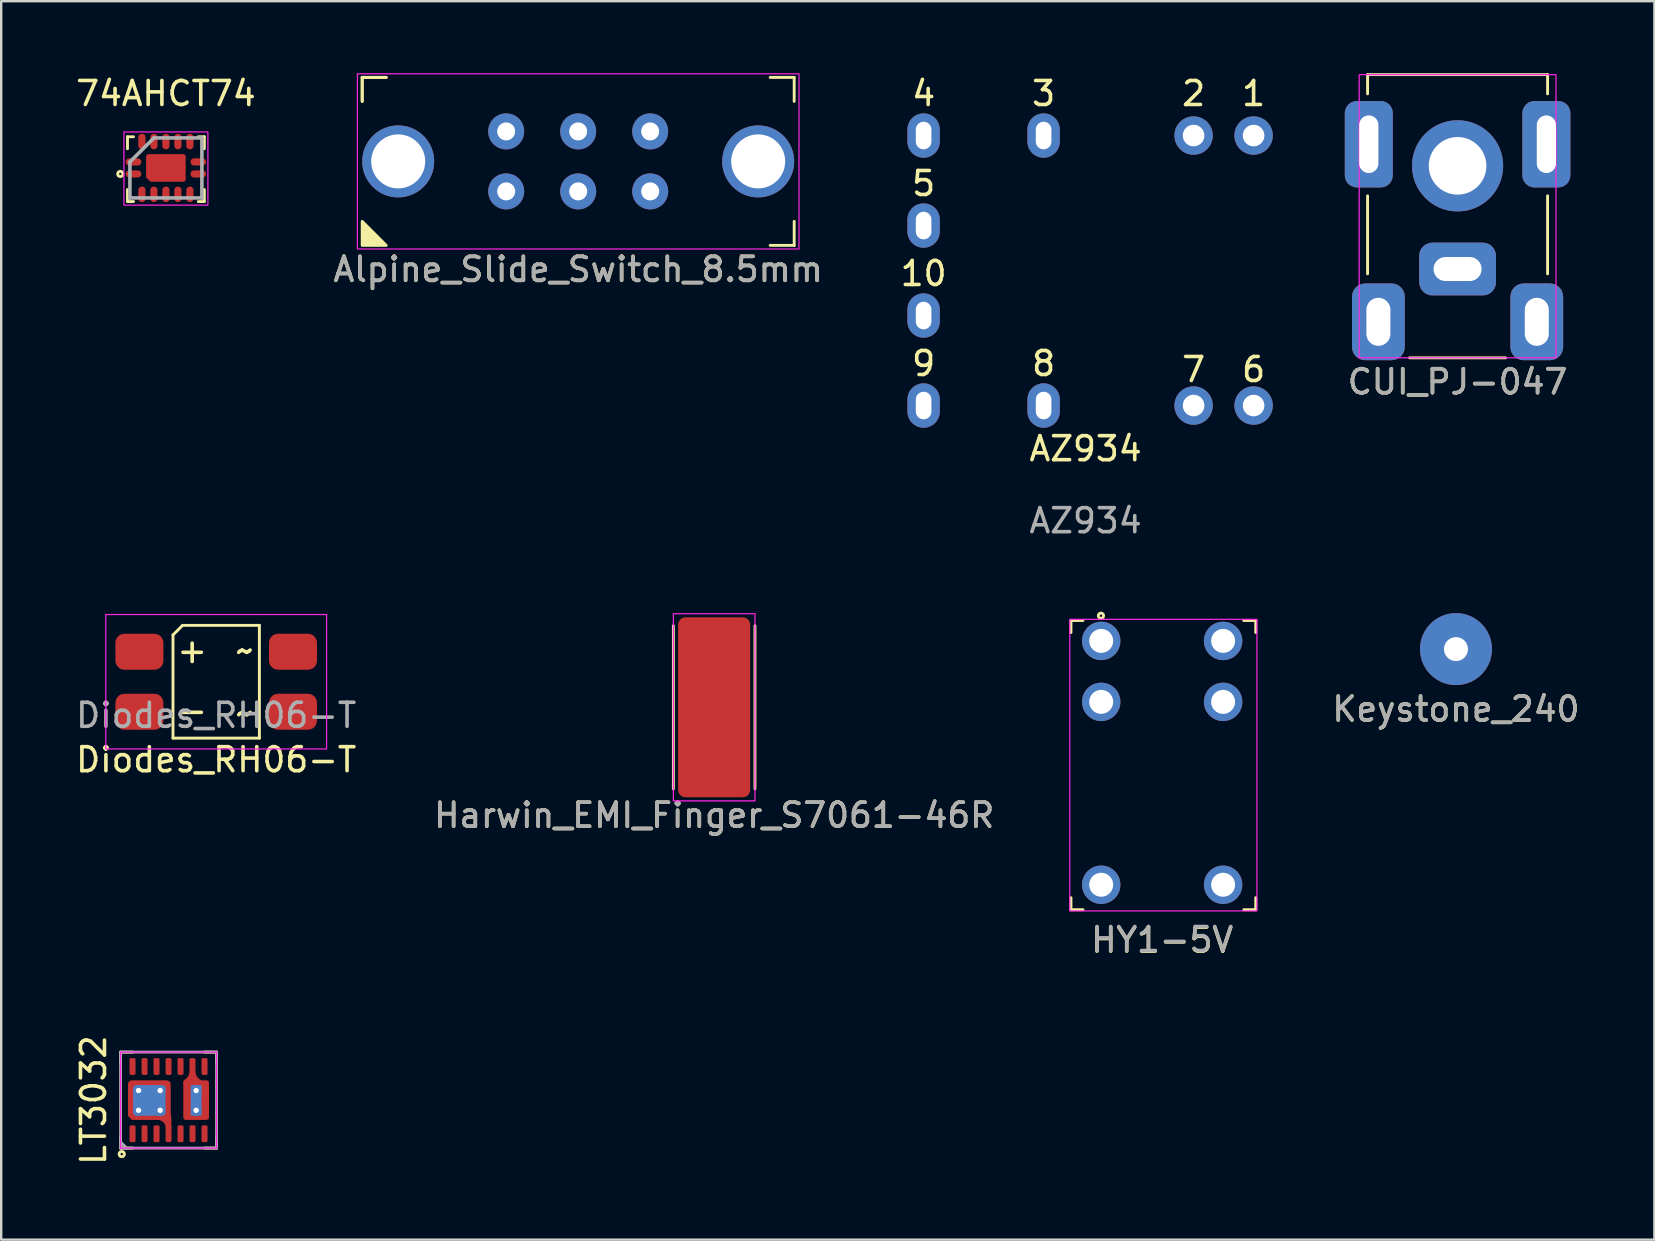
<source format=kicad_pcb>
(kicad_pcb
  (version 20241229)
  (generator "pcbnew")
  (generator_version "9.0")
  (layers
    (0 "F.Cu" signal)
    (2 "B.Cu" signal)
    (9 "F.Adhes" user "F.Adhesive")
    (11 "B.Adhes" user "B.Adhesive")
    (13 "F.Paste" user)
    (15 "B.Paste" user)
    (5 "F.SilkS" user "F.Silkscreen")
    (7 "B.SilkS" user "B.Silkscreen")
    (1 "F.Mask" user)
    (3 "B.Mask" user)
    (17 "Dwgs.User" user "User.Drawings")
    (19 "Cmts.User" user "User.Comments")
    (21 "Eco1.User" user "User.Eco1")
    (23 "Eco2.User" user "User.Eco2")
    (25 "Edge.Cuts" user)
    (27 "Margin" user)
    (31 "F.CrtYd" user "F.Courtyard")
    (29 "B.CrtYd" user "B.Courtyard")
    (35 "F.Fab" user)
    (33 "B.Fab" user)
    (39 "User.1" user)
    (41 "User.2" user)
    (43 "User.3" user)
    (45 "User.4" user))
  (footprint "AZ934"
    (layer "F.Cu")
    (at 49.185 13.848)
    (property "Reference" "AZ934" (at -7 1.8 0) (unlocked yes) (layer "F.SilkS") (effects (font (size 1 1) (thickness 0.15))))
    (attr through_hole)
    (fp_text user "4" (at -13.75 -13 0) (unlocked yes) (layer "F.SilkS") (effects (font (size 1 1) (thickness 0.15))))
    (fp_text user "10" (at -13.75 -5.5 0) (unlocked yes) (layer "F.SilkS") (effects (font (size 1 1) (thickness 0.15))))
    (fp_text user "5" (at -13.75 -9.25 0) (unlocked yes) (layer "F.SilkS") (effects (font (size 1 1) (thickness 0.15))))
    (fp_text user "2" (at -2.5 -13 0) (unlocked yes) (layer "F.SilkS") (effects (font (size 1 1) (thickness 0.15))))
    (fp_text user "3" (at -8.75 -13 0) (unlocked yes) (layer "F.SilkS") (effects (font (size 1 1) (thickness 0.15))))
    (fp_text user "8" (at -8.75 -1.75 0) (unlocked yes) (layer "F.SilkS") (effects (font (size 1 1) (thickness 0.15))))
    (fp_text user "1" (at 0 -13 0) (unlocked yes) (layer "F.SilkS") (effects (font (size 1 1) (thickness 0.15))))
    (fp_text user "7" (at -2.5 -1.5 0) (unlocked yes) (layer "F.SilkS") (effects (font (size 1 1) (thickness 0.15))))
    (fp_text user "9" (at -13.75 -1.75 0) (unlocked yes) (layer "F.SilkS") (effects (font (size 1 1) (thickness 0.15))))
    (fp_text user "6" (at 0 -1.5 0) (unlocked yes) (layer "F.SilkS") (effects (font (size 1 1) (thickness 0.15))))
    (fp_text user "${REFERENCE}" (at -7 4.8 0) (unlocked yes) (layer "F.Fab") (effects (font (size 1 1) (thickness 0.15))))
    (pad "1" thru_hole circle (at 0 -11.25) (size 1.6 1.6) (drill 0.9) (layers "*.Cu" "*.Mask"))
    (pad "2" thru_hole circle (at -2.5 -11.25) (size 1.6 1.6) (drill 0.9) (layers "*.Cu" "*.Mask"))
    (pad "3" thru_hole oval (at -8.75 -11.25) (size 1.35 1.85) (drill oval 0.65 1.15) (layers "*.Cu" "*.Mask"))
    (pad "4" thru_hole oval (at -13.75 -11.25) (size 1.35 1.85) (drill oval 0.65 1.15) (layers "*.Cu" "*.Mask"))
    (pad "5" thru_hole oval (at -13.75 -7.5) (size 1.35 1.85) (drill oval 0.65 1.15) (layers "*.Cu" "*.Mask"))
    (pad "6" thru_hole circle (at 0 0) (size 1.6 1.6) (drill 0.9) (layers "*.Cu" "*.Mask"))
    (pad "7" thru_hole circle (at -2.5 0) (size 1.6 1.6) (drill 0.9) (layers "*.Cu" "*.Mask"))
    (pad "8" thru_hole oval (at -8.75 0) (size 1.35 1.85) (drill oval 0.65 1.15) (layers "*.Cu" "*.Mask"))
    (pad "9" thru_hole oval (at -13.75 0) (size 1.35 1.85) (drill oval 0.65 1.15) (layers "*.Cu" "*.Mask"))
    (pad "10" thru_hole oval (at -13.75 -3.75) (size 1.35 1.85) (drill oval 0.65 1.15) (layers "*.Cu" "*.Mask")))
  (footprint "Diodes_RH06-T"
    (layer "F.Cu")
    (at 5.958 25.357)
    (property "Reference" "Diodes_RH06-T" (at 0 3.25 0) (unlocked yes) (layer "F.SilkS") (effects (font (size 1 1) (thickness 0.15))))
    (attr smd)
    (fp_line (start -1.8 -1.95) (end -1.4 -2.35) (stroke (width 0.12) (type solid)) (layer "F.SilkS"))
    (fp_line (start -1.8 2.35) (end -1.8 -1.95) (stroke (width 0.12) (type solid)) (layer "F.SilkS"))
    (fp_line (start -1.4 -2.35) (end 1.8 -2.35) (stroke (width 0.12) (type solid)) (layer "F.SilkS"))
    (fp_line (start 1.8 -2.35) (end 1.8 2.35) (stroke (width 0.12) (type solid)) (layer "F.SilkS"))
    (fp_line (start 1.8 2.35) (end -1.8 2.35) (stroke (width 0.12) (type solid)) (layer "F.SilkS"))
    (fp_rect (start -4.6 -2.8) (end 4.6 2.8) (stroke (width 0.12) (type solid)) (fill no) (layer "Margin"))
    (fp_rect (start -4.6 -2.8) (end 4.6 2.8) (stroke (width 0.05) (type solid)) (fill no) (layer "F.CrtYd"))
    (fp_text user "~" (at 1.2 -1.3 0) (unlocked yes) (layer "F.SilkS") (effects (font (size 1 1) (thickness 0.15))))
    (fp_text user "-" (at -1 1.2 0) (unlocked yes) (layer "F.SilkS") (effects (font (size 1 1) (thickness 0.15))))
    (fp_text user "+" (at -1 -1.3 0) (unlocked yes) (layer "F.SilkS") (effects (font (size 1 1) (thickness 0.15))))
    (fp_text user "~" (at 1.2 1.3 0) (unlocked yes) (layer "F.SilkS") (effects (font (size 1 1) (thickness 0.15))))
    (fp_text user "${REFERENCE}" (at 0 1.4 0) (unlocked yes) (layer "F.Fab") (effects (font (size 1 1) (thickness 0.15))))
    (pad "1" smd roundrect (at 3.2 -1.25) (size 2 1.5) (layers "F.Cu" "F.Mask" "F.Paste") (roundrect_rratio 0.25))
    (pad "2" smd roundrect (at 3.2 1.25) (size 2 1.5) (layers "F.Cu" "F.Mask" "F.Paste") (roundrect_rratio 0.25))
    (pad "3" smd roundrect (at -3.2 -1.25) (size 2 1.5) (layers "F.Cu" "F.Mask" "F.Paste") (roundrect_rratio 0.25))
    (pad "4" smd roundrect (at -3.2 1.25) (size 2 1.5) (layers "F.Cu" "F.Mask" "F.Paste") (roundrect_rratio 0.25)))
  (footprint "Keystone_240"
    (layer "F.Cu")
    (at 57.618 23.997)
    (property "Reference" "Keystone_240" (at 0 2.5 0) (unlocked yes) (layer "F.SilkS") (effects (font (size 1 1) (thickness 0.15))))
    (attr through_hole)
    (fp_text user "${REFERENCE}" (at 0 2.5 0) (unlocked yes) (layer "F.Fab") (effects (font (size 1 1) (thickness 0.15))))
    (pad "1" thru_hole circle (at 0 0) (size 3 3) (drill 1) (layers "*.Cu" "*.Mask")))
  (footprint "LT3032"
    (layer "F.Cu")
    (at 3.973 42.79)
    (property "Reference" "LT3032" (at -3.125 0 90) (layer "F.SilkS") (effects (font (size 1 1) (thickness 0.15))))
    (attr smd)
    (fp_line (start -2 -2) (end -2 -1.5) (stroke (width 0.12) (type solid)) (layer "F.SilkS"))
    (fp_line (start -2 1.5) (end -2 2) (stroke (width 0.12) (type solid)) (layer "F.SilkS"))
    (fp_line (start -2 2) (end -1.5 2) (stroke (width 0.12) (type solid)) (layer "F.SilkS"))
    (fp_line (start -1.5 -2) (end -2 -2) (stroke (width 0.12) (type solid)) (layer "F.SilkS"))
    (fp_line (start 1.5 2) (end 2 2) (stroke (width 0.12) (type solid)) (layer "F.SilkS"))
    (fp_line (start 2 -2) (end 1.5 -2) (stroke (width 0.12) (type solid)) (layer "F.SilkS"))
    (fp_line (start 2 -1.5) (end 2 -2) (stroke (width 0.12) (type solid)) (layer "F.SilkS"))
    (fp_line (start 2 2) (end 2 1.5) (stroke (width 0.12) (type solid)) (layer "F.SilkS"))
    (fp_circle (center -1.95 2.25) (end -1.9 2.25) (stroke (width 0.12) (type solid)) (fill no) (layer "F.SilkS"))
    (fp_line (start -2 -2) (end 2 -2) (stroke (width 0.05) (type solid)) (layer "F.CrtYd"))
    (fp_line (start -2 2) (end -2 -2) (stroke (width 0.05) (type solid)) (layer "F.CrtYd"))
    (fp_line (start 2 -2) (end 2 2) (stroke (width 0.05) (type solid)) (layer "F.CrtYd"))
    (fp_line (start 2 2) (end -2 2) (stroke (width 0.05) (type solid)) (layer "F.CrtYd"))
    (fp_rect (start 2 2) (end -2 -2) (stroke (width 0.12) (type solid)) (fill no) (layer "F.Fab"))
    (fp_poly (pts (xy -1.75 2) (xy -2 2) (xy -2 1.75)) (stroke (width 0.12) (type solid)) (fill no) (layer "F.Fab"))
    (pad "1" smd roundrect (at -1.5 1.4) (size 0.25 0.7) (layers "F.Cu" "F.Mask" "F.Paste") (roundrect_rratio 0.25))
    (pad "2" smd roundrect (at -1 1.4) (size 0.25 0.7) (layers "F.Cu" "F.Mask" "F.Paste") (roundrect_rratio 0.25))
    (pad "3" smd roundrect (at -0.5 1.4) (size 0.25 0.7) (layers "F.Cu" "F.Mask" "F.Paste") (roundrect_rratio 0.25))
    (pad "4" smd custom (at 0 1.4) (size 0.25 0.6) (layers "F.Cu" "F.Mask" "F.Paste") (options (anchor rect)) (primitives (gr_curve (pts (xy 0 -0.2) (xy 0 -0.4) (xy 0 -0.6) (xy -0.5 -0.75)) (width 0.25)) (gr_curve (pts (xy 0 -0.3) (xy -0.05 -0.4) (xy 0.05 -0.6) (xy -0.05 -0.8)) (width 0.25)) (gr_line (start -0.062 0.287) (end 0.062 0.287) (width 0.125))))
    (pad "5" smd roundrect (at 0.5 1.4) (size 0.25 0.7) (layers "F.Cu" "F.Mask" "F.Paste") (roundrect_rratio 0.25))
    (pad "6" smd roundrect (at 1 1.4) (size 0.25 0.7) (layers "F.Cu" "F.Mask" "F.Paste") (roundrect_rratio 0.25))
    (pad "7" smd roundrect (at 1.5 1.4) (size 0.25 0.7) (layers "F.Cu" "F.Mask" "F.Paste") (roundrect_rratio 0.25))
    (pad "8" smd roundrect (at 1.5 -1.4) (size 0.25 0.7) (layers "F.Cu" "F.Mask" "F.Paste") (roundrect_rratio 0.25))
    (pad "9" smd custom (at 0.998 -1.4) (size 0.25 0.6) (layers "F.Cu" "F.Mask" "F.Paste") (options (anchor rect)) (primitives (gr_line (start 0 0.5) (end 0 0.625) (width 0.245)) (gr_curve (pts (xy 0 0.125) (xy 0 0.25) (xy 0 0.5) (xy 0.26 0.65)) (width 0.245)) (gr_curve (pts (xy 0 0.125) (xy 0 0.25) (xy 0 0.5) (xy -0.26 0.65)) (width 0.245)) (gr_line (start -0.062 -0.287) (end 0.062 -0.287) (width 0.125))))
    (pad "10" smd roundrect (at 0.5 -1.4) (size 0.25 0.7) (layers "F.Cu" "F.Mask" "F.Paste") (roundrect_rratio 0.25))
    (pad "11" smd roundrect (at 0 -1.4) (size 0.25 0.7) (layers "F.Cu" "F.Mask" "F.Paste") (roundrect_rratio 0.25))
    (pad "12" smd roundrect (at -0.5 -1.4) (size 0.25 0.7) (layers "F.Cu" "F.Mask" "F.Paste") (roundrect_rratio 0.25))
    (pad "13" smd roundrect (at -1 -1.4) (size 0.25 0.7) (layers "F.Cu" "F.Mask" "F.Paste") (roundrect_rratio 0.25))
    (pad "14" smd roundrect (at -1.5 -1.4) (size 0.25 0.7) (layers "F.Cu" "F.Mask" "F.Paste") (roundrect_rratio 0.25))
    (pad "15" thru_hole circle (at -1.25 -0.4) (size 0.45 0.45) (drill 0.225) (layers "*.Cu"))
    (pad "15" thru_hole circle (at -1.25 0.425) (size 0.45 0.45) (drill 0.225) (layers "*.Cu"))
    (pad "15" smd roundrect (at -0.8 0) (size 1.78 1.65) (layers "F.Cu" "F.Mask" "F.Paste") (roundrect_rratio 0.1) (chamfer_ratio 0.1) (chamfer bottom_left))
    (pad "15" smd roundrect (at -0.8 0.013) (size 1.35 1.275) (layers "B.Cu") (roundrect_rratio 0.1))
    (pad "15" thru_hole circle (at -0.35 -0.4) (size 0.45 0.45) (drill 0.225) (layers "*.Cu"))
    (pad "15" thru_hole circle (at -0.35 0.425) (size 0.45 0.45) (drill 0.225) (layers "*.Cu"))
    (pad "16" thru_hole circle (at 1.15 -0.4) (size 0.45 0.45) (drill 0.225) (layers "*.Cu"))
    (pad "16" smd roundrect (at 1.15 0) (size 1.07 1.65) (layers "F.Cu" "F.Mask" "F.Paste") (roundrect_rratio 0.1))
    (pad "16" smd roundrect (at 1.15 0.013) (size 0.45 1.275) (layers "B.Cu") (roundrect_rratio 0.1))
    (pad "16" thru_hole circle (at 1.15 0.425) (size 0.45 0.45) (drill 0.225) (layers "*.Cu")))
  (footprint "Alpine_Slide_Switch_8.5mm"
    (layer "F.Cu")
    (at 21.042 3.675)
    (property "Reference" "Alpine_Slide_Switch_8.5mm" (at 0 4.5 0) (unlocked yes) (layer "F.SilkS") (effects (font (size 1 1) (thickness 0.15))))
    (attr through_hole)
    (fp_line (start -9 -3.5) (end -8 -3.5) (stroke (width 0.12) (type solid)) (layer "F.SilkS"))
    (fp_line (start -9 -3.5) (end -8 -3.5) (stroke (width 0.12) (type solid)) (layer "F.SilkS"))
    (fp_line (start -9 -2.5) (end -9 -3.5) (stroke (width 0.12) (type solid)) (layer "F.SilkS"))
    (fp_line (start -9 -2.5) (end -9 -3.5) (stroke (width 0.12) (type solid)) (layer "F.SilkS"))
    (fp_line (start 8 -3.5) (end 9 -3.5) (stroke (width 0.12) (type solid)) (layer "F.SilkS"))
    (fp_line (start 9 -3.5) (end 9 -2.5) (stroke (width 0.12) (type solid)) (layer "F.SilkS"))
    (fp_line (start 9 2.5) (end 9 3.5) (stroke (width 0.12) (type solid)) (layer "F.SilkS"))
    (fp_line (start 9 3.5) (end 8 3.5) (stroke (width 0.12) (type solid)) (layer "F.SilkS"))
    (fp_poly (pts (xy -8 3.5) (xy -9 3.5) (xy -9 2.5)) (stroke (width 0.12) (type solid)) (fill yes) (layer "F.SilkS"))
    (fp_rect (start -9.2 -3.65) (end 9.2 3.65) (stroke (width 0.05) (type solid)) (fill no) (layer "F.CrtYd"))
    (fp_text user "${REFERENCE}" (at 0 4.5 0) (unlocked yes) (layer "F.Fab") (effects (font (size 1 1) (thickness 0.15))))
    (pad "1" thru_hole circle (at -3 1.25) (size 1.5 1.5) (drill 0.75) (layers "*.Cu" "*.Mask"))
    (pad "2" thru_hole circle (at 0 1.25) (size 1.5 1.5) (drill 0.75) (layers "*.Cu" "*.Mask"))
    (pad "3" thru_hole circle (at 3 1.25) (size 1.5 1.5) (drill 0.75) (layers "*.Cu" "*.Mask"))
    (pad "4" thru_hole circle (at -3 -1.25) (size 1.5 1.5) (drill 0.75) (layers "*.Cu" "*.Mask"))
    (pad "5" thru_hole circle (at 0 -1.25) (size 1.5 1.5) (drill 0.75) (layers "*.Cu" "*.Mask"))
    (pad "6" thru_hole circle (at 3 -1.25) (size 1.5 1.5) (drill 0.75) (layers "*.Cu" "*.Mask"))
    (pad "GND" thru_hole circle (at -7.5 0) (size 3 3) (drill 2.25) (layers "*.Cu" "*.Mask"))
    (pad "GND" thru_hole circle (at 7.5 0) (size 3 3) (drill 2.25) (layers "*.Cu" "*.Mask")))
  (footprint "HY1-5V"
    (layer "F.Cu")
    (at 45.375 30.006)
    (property "Reference" "HY1-5V" (at 0 6.12 0) (unlocked yes) (layer "F.SilkS") (effects (font (size 1 1) (thickness 0.15))))
    (attr through_hole)
    (fp_line (start -3.8 -7.2) (end -3.3 -7.2) (stroke (width 0.12) (type solid)) (layer "F.SilkS"))
    (fp_line (start -3.8 -6.7) (end -3.8 -7.2) (stroke (width 0.12) (type solid)) (layer "F.SilkS"))
    (fp_line (start -3.8 4.85) (end -3.8 4.35) (stroke (width 0.12) (type solid)) (layer "F.SilkS"))
    (fp_line (start -3.3 4.85) (end -3.8 4.85) (stroke (width 0.12) (type solid)) (layer "F.SilkS"))
    (fp_line (start 3.4 -7.2) (end 3.9 -7.2) (stroke (width 0.12) (type solid)) (layer "F.SilkS"))
    (fp_line (start 3.9 -7.2) (end 3.9 -6.7) (stroke (width 0.12) (type solid)) (layer "F.SilkS"))
    (fp_line (start 3.9 4.35) (end 3.9 4.85) (stroke (width 0.12) (type solid)) (layer "F.SilkS"))
    (fp_line (start 3.9 4.85) (end 3.4 4.85) (stroke (width 0.12) (type solid)) (layer "F.SilkS"))
    (fp_circle (center -2.55 -7.4) (end -2.5 -7.4) (stroke (width 0.12) (type solid)) (fill no) (layer "F.SilkS"))
    (fp_rect (start -3.85 -7.25) (end 3.95 4.9) (stroke (width 0.05) (type solid)) (fill no) (layer "F.CrtYd"))
    (fp_text user "${REFERENCE}" (at 0 6.096 0) (unlocked yes) (layer "F.Fab") (effects (font (size 1 1) (thickness 0.15))))
    (pad "1" thru_hole circle (at -2.54 -6.35) (size 1.6 1.6) (drill 1) (layers "*.Cu" "*.Mask"))
    (pad "2" thru_hole circle (at -2.54 -3.81) (size 1.6 1.6) (drill 1) (layers "*.Cu" "*.Mask"))
    (pad "3" thru_hole circle (at -2.54 3.81) (size 1.6 1.6) (drill 1) (layers "*.Cu" "*.Mask"))
    (pad "3" thru_hole circle (at 2.54 3.81) (size 1.6 1.6) (drill 1) (layers "*.Cu" "*.Mask"))
    (pad "4" thru_hole circle (at 2.54 -3.81) (size 1.6 1.6) (drill 1) (layers "*.Cu" "*.Mask"))
    (pad "5" thru_hole circle (at 2.54 -6.35) (size 1.6 1.6) (drill 1) (layers "*.Cu" "*.Mask")))
  (footprint "74AHCT74"
    (layer "F.Cu")
    (at 3.863 3.948)
    (property "Reference" "74AHCT74" (at 0 -3.1 0) (layer "F.SilkS") (effects (font (size 1 1) (thickness 0.15))))
    (attr through_hole)
    (fp_line (start -1.6 -1.3) (end -1.6 -0.8) (stroke (width 0.12) (type solid)) (layer "F.SilkS"))
    (fp_line (start -1.6 -1.3) (end -1.35 -1.3) (stroke (width 0.12) (type solid)) (layer "F.SilkS"))
    (fp_line (start -1.6 1.4) (end -1.6 0.9) (stroke (width 0.12) (type solid)) (layer "F.SilkS"))
    (fp_line (start -1.6 1.4) (end -1.35 1.4) (stroke (width 0.12) (type solid)) (layer "F.SilkS"))
    (fp_line (start 1.6 -1.3) (end 1.35 -1.3) (stroke (width 0.12) (type solid)) (layer "F.SilkS"))
    (fp_line (start 1.6 -1.3) (end 1.6 -0.8) (stroke (width 0.12) (type solid)) (layer "F.SilkS"))
    (fp_line (start 1.6 1.4) (end 1.35 1.4) (stroke (width 0.12) (type solid)) (layer "F.SilkS"))
    (fp_line (start 1.6 1.4) (end 1.6 0.9) (stroke (width 0.12) (type solid)) (layer "F.SilkS"))
    (fp_circle (center -1.9 0.25) (end -1.85 0.25) (stroke (width 0.12) (type solid)) (fill no) (layer "F.SilkS"))
    (fp_rect (start -1.75 -1.5) (end 1.75 1.55) (stroke (width 0.05) (type solid)) (fill no) (layer "F.CrtYd"))
    (fp_line (start -1.5 -0.25) (end -1.5 1.25) (stroke (width 0.15) (type solid)) (layer "F.Fab"))
    (fp_line (start -1.5 1.25) (end 1.5 1.25) (stroke (width 0.15) (type solid)) (layer "F.Fab"))
    (fp_line (start -0.5 -1.25) (end -1.5 -0.25) (stroke (width 0.15) (type solid)) (layer "F.Fab"))
    (fp_line (start 1.5 -1.25) (end -0.5 -1.25) (stroke (width 0.15) (type solid)) (layer "F.Fab"))
    (fp_line (start 1.5 1.25) (end 1.5 -1.25) (stroke (width 0.15) (type solid)) (layer "F.Fab"))
    (pad "1" smd oval (at -1.35 0.25 90) (size 0.3 0.65) (layers "F.Cu" "F.Mask" "F.Paste"))
    (pad "2" smd oval (at -1 1.1) (size 0.3 0.65) (layers "F.Cu" "F.Mask" "F.Paste"))
    (pad "3" smd oval (at -0.5 1.1) (size 0.3 0.65) (layers "F.Cu" "F.Mask" "F.Paste"))
    (pad "4" smd oval (at 0 1.1) (size 0.3 0.65) (layers "F.Cu" "F.Mask" "F.Paste"))
    (pad "5" smd oval (at 0.5 1.1) (size 0.3 0.65) (layers "F.Cu" "F.Mask" "F.Paste"))
    (pad "6" smd oval (at 1 1.1) (size 0.3 0.65) (layers "F.Cu" "F.Mask" "F.Paste"))
    (pad "7" smd oval (at 1.35 0.25 90) (size 0.3 0.65) (layers "F.Cu" "F.Mask" "F.Paste"))
    (pad "8" smd oval (at 1.35 -0.25 90) (size 0.3 0.65) (layers "F.Cu" "F.Mask" "F.Paste"))
    (pad "9" smd oval (at 1 -1.1) (size 0.3 0.65) (layers "F.Cu" "F.Mask" "F.Paste"))
    (pad "10" smd oval (at 0.5 -1.1) (size 0.3 0.65) (layers "F.Cu" "F.Mask" "F.Paste"))
    (pad "11" smd oval (at 0 -1.1) (size 0.3 0.65) (layers "F.Cu" "F.Mask" "F.Paste"))
    (pad "12" smd oval (at -0.5 -1.1) (size 0.3 0.65) (layers "F.Cu" "F.Mask" "F.Paste"))
    (pad "13" smd oval (at -1 -1.1) (size 0.3 0.65) (layers "F.Cu" "F.Mask" "F.Paste"))
    (pad "14" smd oval (at -1.35 -0.25 90) (size 0.3 0.65) (layers "F.Cu" "F.Mask" "F.Paste"))
    (pad "15" smd roundrect (at 0 0) (size 1.65 1.15) (layers "F.Cu" "F.Mask" "F.Paste") (roundrect_rratio 0.08) (chamfer_ratio 0.16) (chamfer bottom_left)))
  (footprint "CUI_PJ-047"
    (layer "F.Cu")
    (at 57.685 10.36)
    (property "Reference" "CUI_PJ-047" (at 0 2.5 0) (unlocked yes) (layer "F.SilkS") (effects (font (size 1 1) (thickness 0.15))))
    (attr through_hole)
    (fp_line (start -3.75 -10.3) (end 3.75 -10.3) (stroke (width 0.12) (type solid)) (layer "F.SilkS"))
    (fp_line (start -3.75 -9.5) (end -3.75 -10.3) (stroke (width 0.12) (type solid)) (layer "F.SilkS"))
    (fp_line (start -3.75 -5.25) (end -3.75 -2) (stroke (width 0.12) (type solid)) (layer "F.SilkS"))
    (fp_line (start -2 1.5) (end 2 1.5) (stroke (width 0.12) (type solid)) (layer "F.SilkS"))
    (fp_line (start 3.75 -10.3) (end 3.75 -9.5) (stroke (width 0.12) (type solid)) (layer "F.SilkS"))
    (fp_line (start 3.75 -5.25) (end 3.75 -2) (stroke (width 0.12) (type solid)) (layer "F.SilkS"))
    (fp_rect (start -4.1 -10.3) (end 4.1 1.5) (stroke (width 0.05) (type solid)) (fill no) (layer "F.CrtYd"))
    (fp_text user "${REFERENCE}" (at 0 2.5 0) (unlocked yes) (layer "F.Fab") (effects (font (size 1 1) (thickness 0.15))))
    (pad "" np_thru_hole circle (at 0 -6.5) (size 3.8 3.8) (drill 2.4) (layers "*.Cu" "*.Mask"))
    (pad "1" thru_hole roundrect (at -3.3 0) (size 2.2 3.2) (drill oval 1 2) (layers "*.Cu" "*.Mask") (roundrect_rratio 0.25))
    (pad "2" thru_hole roundrect (at 0 -2.2 90) (size 2.2 3.2) (drill oval 1 2) (layers "*.Cu" "*.Mask") (roundrect_rratio 0.25))
    (pad "3" thru_hole roundrect (at 3.3 0) (size 2.2 3.2) (drill oval 1 2) (layers "*.Cu" "*.Mask") (roundrect_rratio 0.25))
    (pad "MP" thru_hole roundrect (at -3.7 -7.4) (size 2 3.6) (drill oval 0.8 2.4) (layers "*.Cu" "*.Mask") (roundrect_rratio 0.25))
    (pad "MP" thru_hole roundrect (at 3.7 -7.4) (size 2 3.6) (drill oval 0.8 2.4) (layers "*.Cu" "*.Mask") (roundrect_rratio 0.25)))
  (footprint "Harwin_EMI_Finger_S7061-46R"
    (layer "F.Cu")
    (at 26.708 26.422)
    (property "Reference" "Harwin_EMI_Finger_S7061-46R" (at 0 4.5 0) (unlocked yes) (layer "F.SilkS") (effects (font (size 1 1) (thickness 0.15))))
    (attr smd)
    (fp_line (start -1.7 3.4) (end -1.7 -3.4) (stroke (width 0.12) (type solid)) (layer "F.SilkS"))
    (fp_line (start 1.7 -3.4) (end 1.7 3.4) (stroke (width 0.12) (type solid)) (layer "F.SilkS"))
    (fp_rect (start -1.7 -3.9) (end 1.7 3.9) (stroke (width 0.05) (type solid)) (fill no) (layer "F.CrtYd"))
    (fp_text user "${REFERENCE}" (at 0 4.5 0) (unlocked yes) (layer "F.Fab") (effects (font (size 1 1) (thickness 0.15))))
    (pad "1" smd roundrect (at 0 0) (size 3 7.5) (layers "F.Cu" "F.Mask" "F.Paste") (roundrect_rratio 0.1)))
  (gr_rect
    (start -3 -3)
    (end 65.886 48.606)
    (stroke (width 0.1) (type default))
    (fill no)
    (layer "Edge.Cuts")))
</source>
